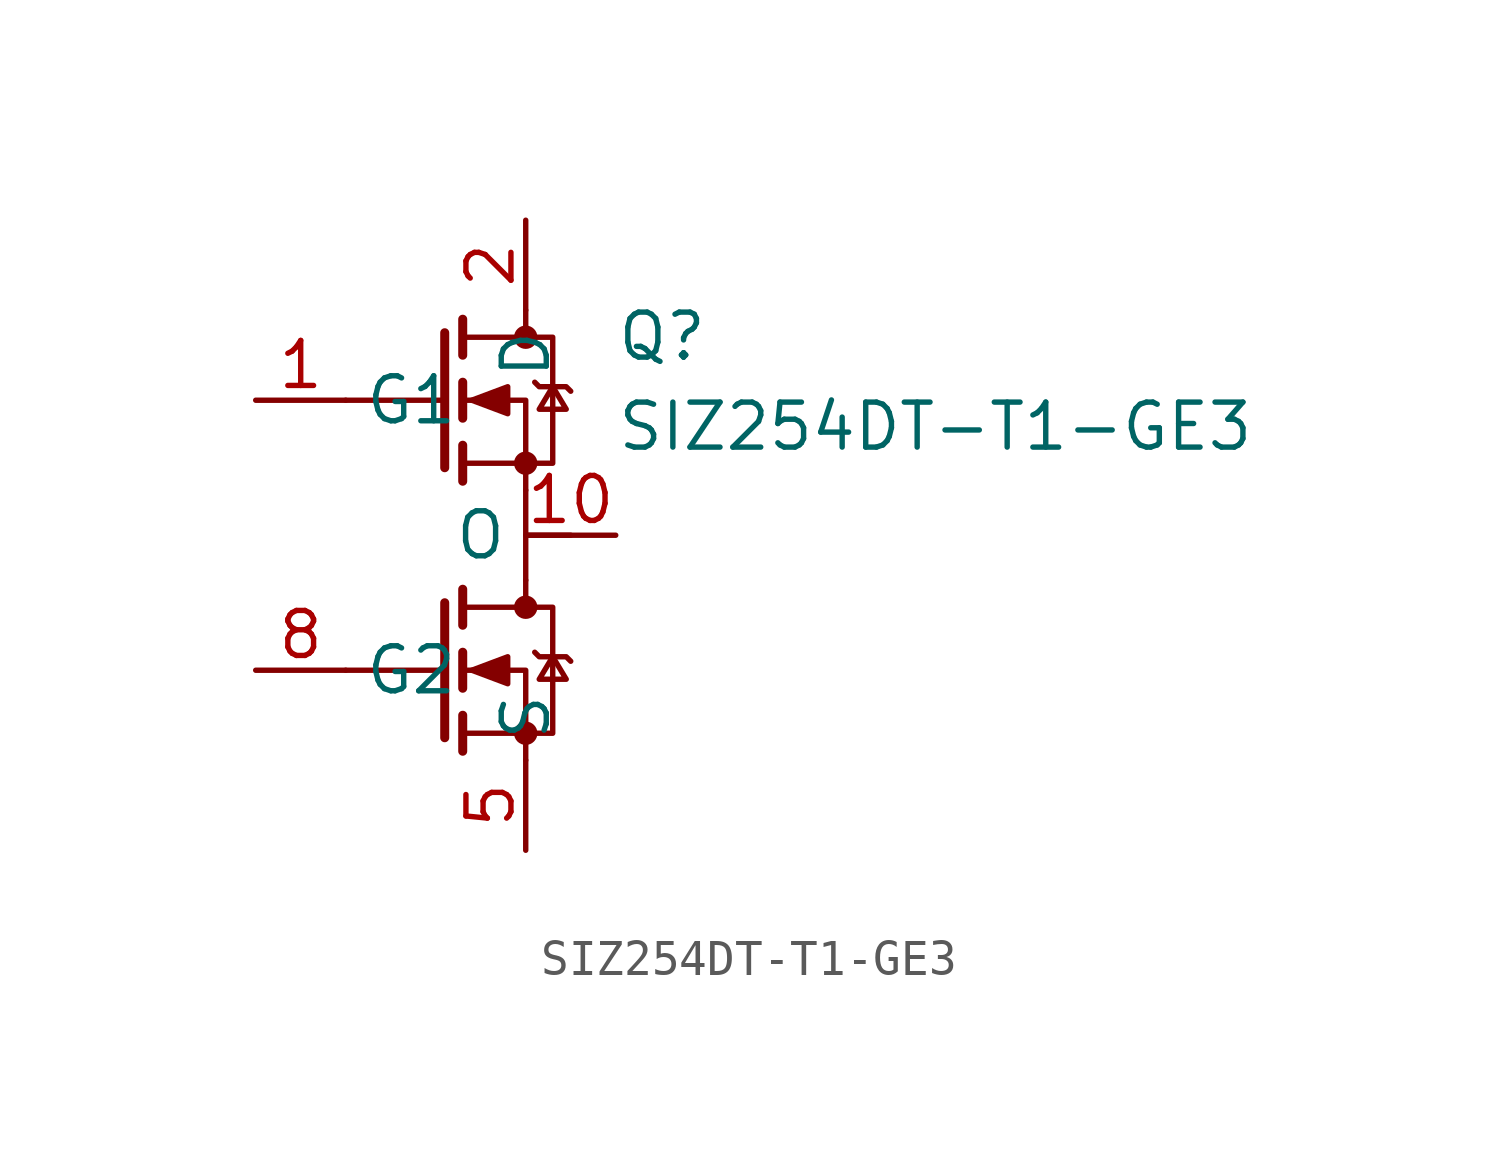
<source format=kicad_sym>
(kicad_symbol_lib
  (version 20220914)
  (generator kicad_symbol_editor)
  (symbol "SIZ254DT-T1-GE3"
    (property "Reference" "Q"
      (at 10.16 2.54 0)
      (effects (font (size 1.27 1.27)) (justify left top)))
    (property "Value" "SIZ254DT-T1-GE3"
      (at 10.16 0 0)
      (effects (font (size 1.27 1.27)) (justify left top)))
    (symbol "SIZ254DT-T1-GE3_0_1"
      (polyline (pts (xy 5.334 -7.62) (xy 2.54 -7.62)) (stroke (width 0) (type default)) (fill (type none)))
      (polyline (pts (xy 5.334 -5.715) (xy 5.334 -9.525)) (stroke (width 0.254) (type default)) (fill (type none)))
      (polyline (pts (xy 5.334 0) (xy 2.54 0)) (stroke (width 0) (type default)) (fill (type none)))
      (polyline (pts (xy 5.334 1.905) (xy 5.334 -1.905)) (stroke (width 0.254) (type default)) (fill (type none)))
      (polyline (pts (xy 5.842 -8.89) (xy 5.842 -9.906)) (stroke (width 0.254) (type default)) (fill (type none)))
      (polyline (pts (xy 5.842 -7.112) (xy 5.842 -8.128)) (stroke (width 0.254) (type default)) (fill (type none)))
      (polyline (pts (xy 5.842 -5.334) (xy 5.842 -6.35)) (stroke (width 0.254) (type default)) (fill (type none)))
      (polyline (pts (xy 5.842 -1.27) (xy 5.842 -2.286)) (stroke (width 0.254) (type default)) (fill (type none)))
      (polyline (pts (xy 5.842 0.508) (xy 5.842 -0.508)) (stroke (width 0.254) (type default)) (fill (type none)))
      (polyline (pts (xy 5.842 2.286) (xy 5.842 1.27)) (stroke (width 0.254) (type default)) (fill (type none)))
      (polyline (pts (xy 7.62 -5.08) (xy 7.62 -5.842)) (stroke (width 0) (type default)) (fill (type none)))
      (polyline (pts (xy 7.62 2.54) (xy 7.62 1.778)) (stroke (width 0) (type default)) (fill (type none)))
      (polyline (pts (xy 7.62 -10.16) (xy 7.62 -7.62) (xy 5.842 -7.62)) (stroke (width 0) (type default)) (fill (type none)))
      (polyline (pts (xy 7.62 -2.54) (xy 7.62 0) (xy 5.842 0)) (stroke (width 0) (type default)) (fill (type none)))
      (polyline (pts (xy 5.842 -9.398) (xy 8.382 -9.398) (xy 8.382 -5.842) (xy 5.842 -5.842)) (stroke (width 0) (type default)) (fill (type none)))
      (polyline (pts (xy 5.842 -1.778) (xy 8.382 -1.778) (xy 8.382 1.778) (xy 5.842 1.778)) (stroke (width 0) (type default)) (fill (type none)))
      (polyline (pts (xy 6.096 -7.62) (xy 7.112 -7.239) (xy 7.112 -8.001) (xy 6.096 -7.62)) (stroke (width 0) (type default)) (fill (type outline)))
      (polyline (pts (xy 6.096 0) (xy 7.112 0.381) (xy 7.112 -0.381) (xy 6.096 0)) (stroke (width 0) (type default)) (fill (type outline)))
      (polyline (pts (xy 7.62 -2.54) (xy 7.62 -5.08) (xy 7.62 -3.81) (xy 8.89 -3.81)) (stroke (width 0) (type default)) (fill (type none)))
      (polyline (pts (xy 7.874 -7.112) (xy 8.001 -7.239) (xy 8.763 -7.239) (xy 8.89 -7.366)) (stroke (width 0) (type default)) (fill (type none)))
      (polyline (pts (xy 7.874 0.508) (xy 8.001 0.381) (xy 8.763 0.381) (xy 8.89 0.254)) (stroke (width 0) (type default)) (fill (type none)))
      (polyline (pts (xy 8.382 -7.239) (xy 8.001 -7.874) (xy 8.763 -7.874) (xy 8.382 -7.239)) (stroke (width 0) (type default)) (fill (type none)))
      (polyline (pts (xy 8.382 0.381) (xy 8.001 -0.254) (xy 8.763 -0.254) (xy 8.382 0.381)) (stroke (width 0) (type default)) (fill (type none)))
      (circle (center 7.62 -9.398) (radius 0.254) (stroke (width 0) (type default)) (fill (type outline)))
      (circle (center 7.62 -5.842) (radius 0.254) (stroke (width 0) (type default)) (fill (type outline)))
      (circle (center 7.62 -1.778) (radius 0.254) (stroke (width 0) (type default)) (fill (type outline)))
      (circle (center 7.62 1.778) (radius 0.254) (stroke (width 0) (type default)) (fill (type outline))))
    (symbol "SIZ254DT-T1-GE3_1_1"
      (pin input line (at 0 0 0) (length 2.54) (name "G1" (effects (font (size 1.27 1.27)))) (number "1" (effects (font (size 1.27 1.27)))))
      (pin passive line (at 10.16 -3.81 180) (length 2.54) (name "O" (effects (font (size 1.27 1.27)))) (number "10" (effects (font (size 1.27 1.27)))))
      (pin passive line (at 7.62 5.08 270) (length 2.54) (name "D" (effects (font (size 1.27 1.27)))) (number "2" (effects (font (size 1.27 1.27)))))
      (pin passive line (at 7.62 -12.7 90) (length 2.54) (name "S" (effects (font (size 1.27 1.27)))) (number "5" (effects (font (size 1.27 1.27)))))
      (pin input line (at 0 -7.62 0) (length 2.54) (name "G2" (effects (font (size 1.27 1.27)))) (number "8" (effects (font (size 1.27 1.27))))))))
</source>
